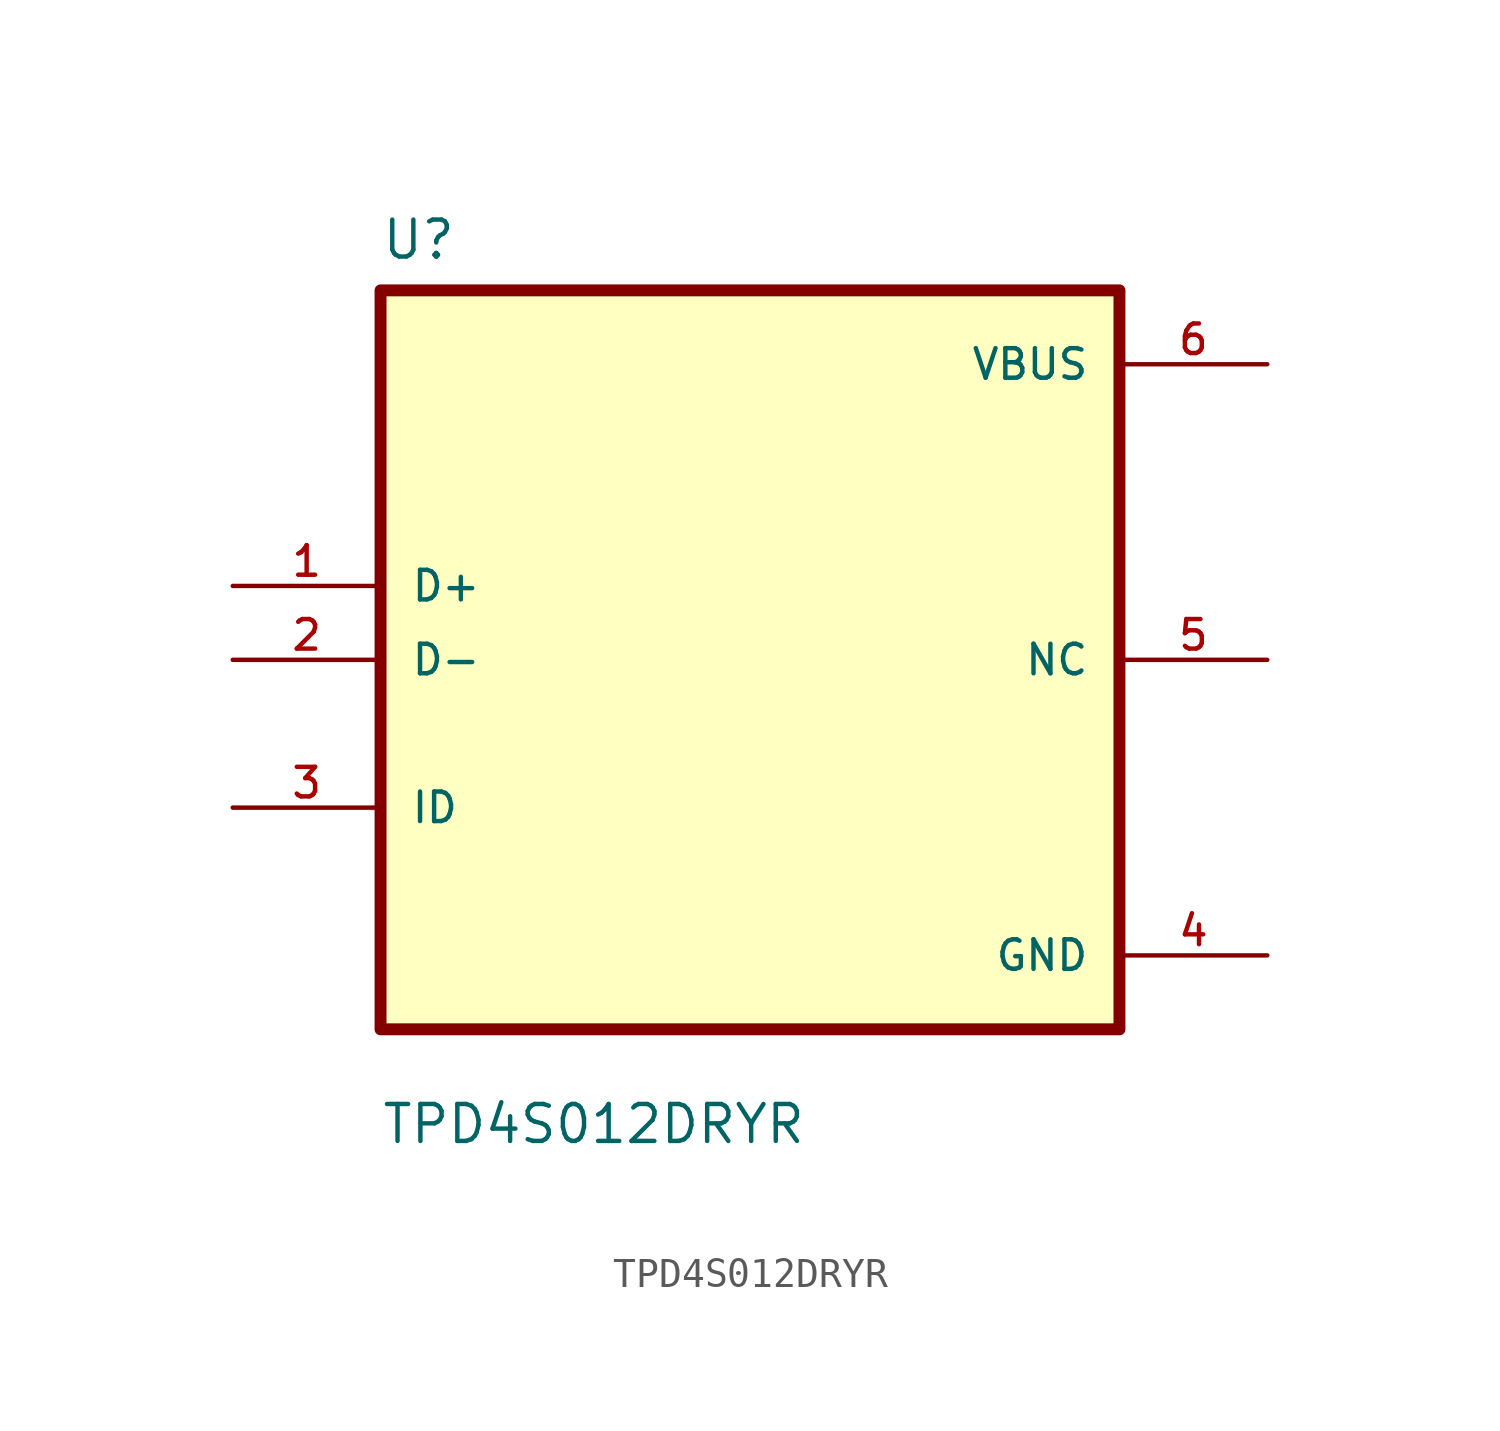
<source format=kicad_sym>
(kicad_symbol_lib
  (version 20231120)
  (generator "kicad_symbol_editor")
  (generator_version "8.0")
  (symbol "TPD4S012DRYR"
    (pin_names
      (offset 1.016))
    (property "Reference" "U"
      (at -12.7 13.7 0)
      (effects (font (size 1.27 1.27)) (justify left bottom)))
    (property "Value" "TPD4S012DRYR"
      (at -12.7 -16.7 0)
      (effects (font (size 1.27 1.27)) (justify left bottom)))
    (symbol "TPD4S012DRYR_0_0"
      (rectangle (start -12.7 -12.7) (end 12.7 12.7) (stroke (width 0.41) (type default)) (fill (type background)))
      (pin bidirectional line (at -17.78 2.54 0) (length 5.08) (name "D+" (effects (font (size 1.016 1.016)))) (number "1" (effects (font (size 1.016 1.016)))))
      (pin bidirectional line (at -17.78 0 0) (length 5.08) (name "D-" (effects (font (size 1.016 1.016)))) (number "2" (effects (font (size 1.016 1.016)))))
      (pin bidirectional line (at -17.78 -5.08 0) (length 5.08) (name "ID" (effects (font (size 1.016 1.016)))) (number "3" (effects (font (size 1.016 1.016)))))
      (pin power_in line (at 17.78 -10.16 180) (length 5.08) (name "GND" (effects (font (size 1.016 1.016)))) (number "4" (effects (font (size 1.016 1.016)))))
      (pin power_in line (at 17.78 10.16 180) (length 5.08) (name "VBUS" (effects (font (size 1.016 1.016)))) (number "6" (effects (font (size 1.016 1.016))))))
    (symbol "TPD4S012DRYR_1_0"
      (pin passive line (at 17.78 0 180) (length 5.08) (name "NC" (effects (font (size 1.016 1.016)))) (number "5" (effects (font (size 1.016 1.016))))))))
</source>
